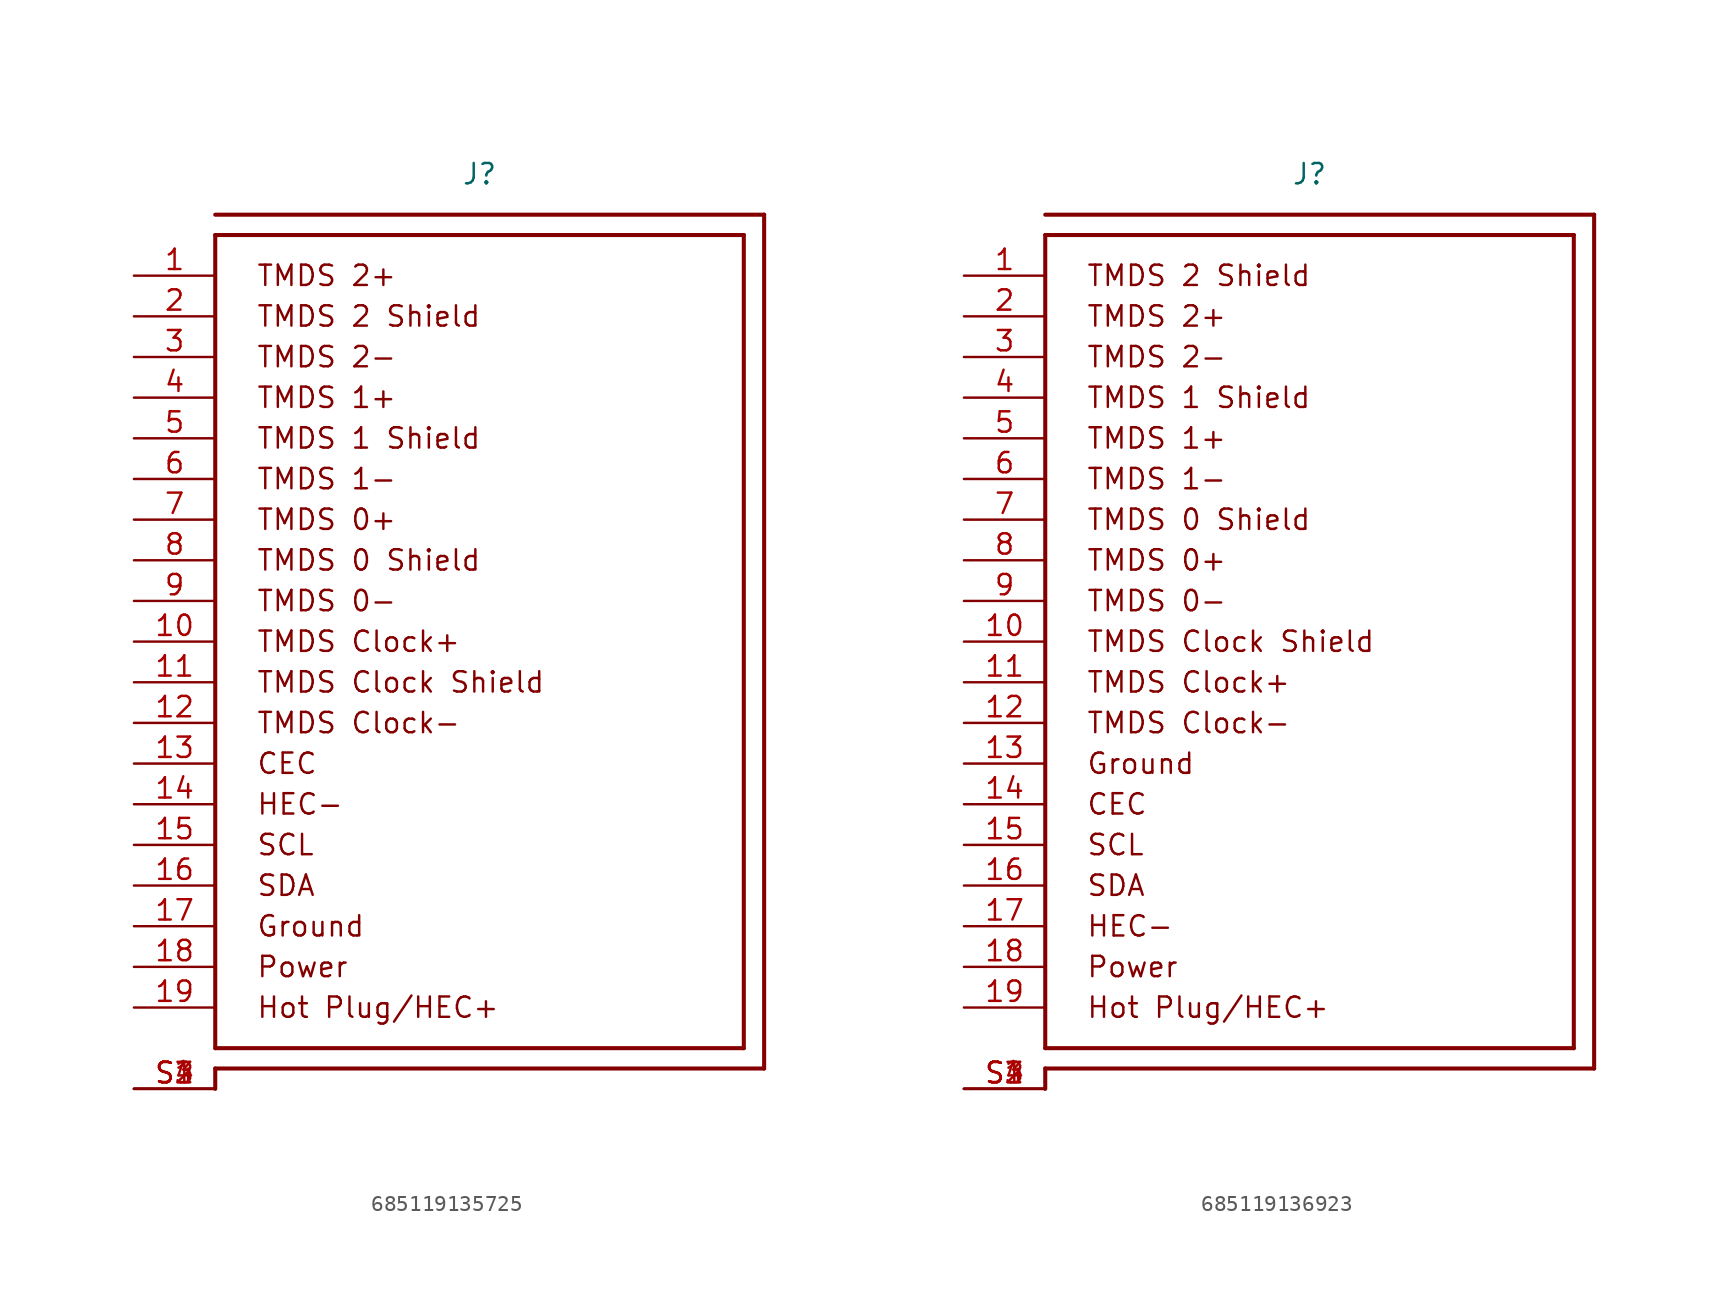
<source format=kicad_sym>
(kicad_symbol_lib
  (version 20241209)
  (generator "kicad_symbol_editor")
  (generator_version "9.0")
  (symbol "685119135725"
    (pin_names
      (hide yes))
    (property "Reference" "J"
      (at 0 29.21 0)
      (effects (font (size 1.27 1.27))))
    (symbol "685119135725_1_0"
      (polyline (pts (xy -16.51 26.67) (xy 17.78 26.67)) (stroke (width 0.254) (type solid)) (fill (type none)))
      (polyline (pts (xy -16.51 25.4) (xy -16.51 -25.4)) (stroke (width 0.254) (type solid)) (fill (type none)))
      (polyline (pts (xy -16.51 -25.4) (xy 16.51 -25.4)) (stroke (width 0.254) (type solid)) (fill (type none)))
      (polyline (pts (xy -16.51 -26.67) (xy -16.51 -27.94)) (stroke (width 0.254) (type solid)) (fill (type none)))
      (polyline (pts (xy 16.51 25.4) (xy -16.51 25.4)) (stroke (width 0.254) (type solid)) (fill (type none)))
      (polyline (pts (xy 16.51 -25.4) (xy 16.51 25.4)) (stroke (width 0.254) (type solid)) (fill (type none)))
      (polyline (pts (xy 17.78 26.67) (xy 17.78 -26.67)) (stroke (width 0.254) (type solid)) (fill (type none)))
      (polyline (pts (xy 17.78 -26.67) (xy -16.51 -26.67)) (stroke (width 0.254) (type solid)) (fill (type none)))
      (text "TMDS 2+" (at -13.97 22.86 0) (effects (font (size 1.27 1.27)) (justify left)))
      (text "TMDS 2 Shield" (at -13.97 20.32 0) (effects (font (size 1.27 1.27)) (justify left)))
      (text "TMDS 2-" (at -13.97 17.78 0) (effects (font (size 1.27 1.27)) (justify left)))
      (text "TMDS 1+" (at -13.97 15.24 0) (effects (font (size 1.27 1.27)) (justify left)))
      (text "TMDS 1 Shield" (at -13.97 12.7 0) (effects (font (size 1.27 1.27)) (justify left)))
      (text "TMDS 1-" (at -13.97 10.16 0) (effects (font (size 1.27 1.27)) (justify left)))
      (text "TMDS 0+" (at -13.97 7.62 0) (effects (font (size 1.27 1.27)) (justify left)))
      (text "TMDS 0 Shield" (at -13.97 5.08 0) (effects (font (size 1.27 1.27)) (justify left)))
      (text "TMDS 0-" (at -13.97 2.54 0) (effects (font (size 1.27 1.27)) (justify left)))
      (text "TMDS Clock+" (at -13.97 0 0) (effects (font (size 1.27 1.27)) (justify left)))
      (text "TMDS Clock Shield" (at -13.97 -2.54 0) (effects (font (size 1.27 1.27)) (justify left)))
      (text "TMDS Clock-" (at -13.97 -5.08 0) (effects (font (size 1.27 1.27)) (justify left)))
      (text "CEC" (at -13.97 -7.62 0) (effects (font (size 1.27 1.27)) (justify left)))
      (text "HEC-" (at -13.97 -10.16 0) (effects (font (size 1.27 1.27)) (justify left)))
      (text "SCL" (at -13.97 -12.7 0) (effects (font (size 1.27 1.27)) (justify left)))
      (text "SDA" (at -13.97 -15.24 0) (effects (font (size 1.27 1.27)) (justify left)))
      (text "Ground" (at -13.97 -17.78 0) (effects (font (size 1.27 1.27)) (justify left)))
      (text "Power" (at -13.97 -20.32 0) (effects (font (size 1.27 1.27)) (justify left)))
      (text "Hot Plug/HEC+" (at -13.97 -22.86 0) (effects (font (size 1.27 1.27)) (justify left)))
      (pin passive line (at -21.59 22.86 0) (length 5.08) (name "TMDS2+" (effects (font (size 1.27 1.27)))) (number "1" (effects (font (size 1.27 1.27)))))
      (pin passive line (at -21.59 20.32 0) (length 5.08) (name "TMDS2SHIELD" (effects (font (size 1.27 1.27)))) (number "2" (effects (font (size 1.27 1.27)))))
      (pin passive line (at -21.59 17.78 0) (length 5.08) (name "TMDS2-" (effects (font (size 1.27 1.27)))) (number "3" (effects (font (size 1.27 1.27)))))
      (pin passive line (at -21.59 15.24 0) (length 5.08) (name "TMDS1+" (effects (font (size 1.27 1.27)))) (number "4" (effects (font (size 1.27 1.27)))))
      (pin passive line (at -21.59 12.7 0) (length 5.08) (name "TMDS1SHIELD" (effects (font (size 1.27 1.27)))) (number "5" (effects (font (size 1.27 1.27)))))
      (pin passive line (at -21.59 10.16 0) (length 5.08) (name "TMDS1-" (effects (font (size 1.27 1.27)))) (number "6" (effects (font (size 1.27 1.27)))))
      (pin passive line (at -21.59 7.62 0) (length 5.08) (name "TMDS0+" (effects (font (size 1.27 1.27)))) (number "7" (effects (font (size 1.27 1.27)))))
      (pin passive line (at -21.59 5.08 0) (length 5.08) (name "TMDS0SHIELD" (effects (font (size 1.27 1.27)))) (number "8" (effects (font (size 1.27 1.27)))))
      (pin passive line (at -21.59 2.54 0) (length 5.08) (name "TMDS0-" (effects (font (size 1.27 1.27)))) (number "9" (effects (font (size 1.27 1.27)))))
      (pin passive line (at -21.59 0 0) (length 5.08) (name "TMDSCLOCK+" (effects (font (size 1.27 1.27)))) (number "10" (effects (font (size 1.27 1.27)))))
      (pin passive line (at -21.59 -2.54 0) (length 5.08) (name "TMDSCLOCKSHIELD" (effects (font (size 1.27 1.27)))) (number "11" (effects (font (size 1.27 1.27)))))
      (pin passive line (at -21.59 -5.08 0) (length 5.08) (name "TMDSCLOCK-" (effects (font (size 1.27 1.27)))) (number "12" (effects (font (size 1.27 1.27)))))
      (pin passive line (at -21.59 -7.62 0) (length 5.08) (name "CEC" (effects (font (size 1.27 1.27)))) (number "13" (effects (font (size 1.27 1.27)))))
      (pin passive line (at -21.59 -10.16 0) (length 5.08) (name "HEC-" (effects (font (size 1.27 1.27)))) (number "14" (effects (font (size 1.27 1.27)))))
      (pin passive line (at -21.59 -12.7 0) (length 5.08) (name "SCL" (effects (font (size 1.27 1.27)))) (number "15" (effects (font (size 1.27 1.27)))))
      (pin passive line (at -21.59 -15.24 0) (length 5.08) (name "SDA" (effects (font (size 1.27 1.27)))) (number "16" (effects (font (size 1.27 1.27)))))
      (pin passive line (at -21.59 -17.78 0) (length 5.08) (name "GROUND" (effects (font (size 1.27 1.27)))) (number "17" (effects (font (size 1.27 1.27)))))
      (pin power_in line (at -21.59 -20.32 0) (length 5.08) (name "POWER" (effects (font (size 1.27 1.27)))) (number "18" (effects (font (size 1.27 1.27)))))
      (pin passive line (at -21.59 -22.86 0) (length 5.08) (name "HOTPLUG/HEC+" (effects (font (size 1.27 1.27)))) (number "19" (effects (font (size 1.27 1.27)))))
      (pin passive line (at -21.59 -27.94 0) (length 5.08) (name "SHIELD" (effects (font (size 1.27 1.27)))) (number "S1" (effects (font (size 1.27 1.27)))))
      (pin passive line (at -21.59 -27.94 0) (length 5.08) (name "SHIELD" (effects (font (size 1.27 1.27)))) (number "S2" (effects (font (size 1.27 1.27)))))
      (pin passive line (at -21.59 -27.94 0) (length 5.08) (name "SHIELD" (effects (font (size 1.27 1.27)))) (number "S3" (effects (font (size 1.27 1.27)))))
      (pin passive line (at -21.59 -27.94 0) (length 5.08) (name "SHIELD" (effects (font (size 1.27 1.27)))) (number "S4" (effects (font (size 1.27 1.27)))))))
  (symbol "685119136923"
    (pin_names
      (hide yes))
    (property "Reference" "J"
      (at 0 29.21 0)
      (effects (font (size 1.27 1.27))))
    (symbol "685119136923_1_0"
      (polyline (pts (xy -16.51 26.67) (xy 17.78 26.67)) (stroke (width 0.254) (type solid)) (fill (type none)))
      (polyline (pts (xy -16.51 25.4) (xy -16.51 -25.4)) (stroke (width 0.254) (type solid)) (fill (type none)))
      (polyline (pts (xy -16.51 -25.4) (xy 16.51 -25.4)) (stroke (width 0.254) (type solid)) (fill (type none)))
      (polyline (pts (xy -16.51 -26.67) (xy -16.51 -27.94)) (stroke (width 0.254) (type solid)) (fill (type none)))
      (polyline (pts (xy 16.51 25.4) (xy -16.51 25.4)) (stroke (width 0.254) (type solid)) (fill (type none)))
      (polyline (pts (xy 16.51 -25.4) (xy 16.51 25.4)) (stroke (width 0.254) (type solid)) (fill (type none)))
      (polyline (pts (xy 17.78 26.67) (xy 17.78 -26.67)) (stroke (width 0.254) (type solid)) (fill (type none)))
      (polyline (pts (xy 17.78 -26.67) (xy -16.51 -26.67)) (stroke (width 0.254) (type solid)) (fill (type none)))
      (text "TMDS 2 Shield" (at -13.97 22.86 0) (effects (font (size 1.27 1.27)) (justify left)))
      (text "TMDS 2+" (at -13.97 20.32 0) (effects (font (size 1.27 1.27)) (justify left)))
      (text "TMDS 2-" (at -13.97 17.78 0) (effects (font (size 1.27 1.27)) (justify left)))
      (text "TMDS 1 Shield" (at -13.97 15.24 0) (effects (font (size 1.27 1.27)) (justify left)))
      (text "TMDS 1+" (at -13.97 12.7 0) (effects (font (size 1.27 1.27)) (justify left)))
      (text "TMDS 1-" (at -13.97 10.16 0) (effects (font (size 1.27 1.27)) (justify left)))
      (text "TMDS 0 Shield" (at -13.97 7.62 0) (effects (font (size 1.27 1.27)) (justify left)))
      (text "TMDS 0+" (at -13.97 5.08 0) (effects (font (size 1.27 1.27)) (justify left)))
      (text "TMDS 0-" (at -13.97 2.54 0) (effects (font (size 1.27 1.27)) (justify left)))
      (text "TMDS Clock Shield" (at -13.97 0 0) (effects (font (size 1.27 1.27)) (justify left)))
      (text "TMDS Clock+" (at -13.97 -2.54 0) (effects (font (size 1.27 1.27)) (justify left)))
      (text "TMDS Clock-" (at -13.97 -5.08 0) (effects (font (size 1.27 1.27)) (justify left)))
      (text "Ground" (at -13.97 -7.62 0) (effects (font (size 1.27 1.27)) (justify left)))
      (text "CEC" (at -13.97 -10.16 0) (effects (font (size 1.27 1.27)) (justify left)))
      (text "SCL" (at -13.97 -12.7 0) (effects (font (size 1.27 1.27)) (justify left)))
      (text "SDA" (at -13.97 -15.24 0) (effects (font (size 1.27 1.27)) (justify left)))
      (text "HEC-" (at -13.97 -17.78 0) (effects (font (size 1.27 1.27)) (justify left)))
      (text "Power" (at -13.97 -20.32 0) (effects (font (size 1.27 1.27)) (justify left)))
      (text "Hot Plug/HEC+" (at -13.97 -22.86 0) (effects (font (size 1.27 1.27)) (justify left)))
      (pin passive line (at -21.59 22.86 0) (length 5.08) (name "TMDS2SHIELD" (effects (font (size 1.27 1.27)))) (number "1" (effects (font (size 1.27 1.27)))))
      (pin passive line (at -21.59 20.32 0) (length 5.08) (name "TMDS2+" (effects (font (size 1.27 1.27)))) (number "2" (effects (font (size 1.27 1.27)))))
      (pin passive line (at -21.59 17.78 0) (length 5.08) (name "TMDS2-" (effects (font (size 1.27 1.27)))) (number "3" (effects (font (size 1.27 1.27)))))
      (pin passive line (at -21.59 15.24 0) (length 5.08) (name "TMDS1SHIELD" (effects (font (size 1.27 1.27)))) (number "4" (effects (font (size 1.27 1.27)))))
      (pin passive line (at -21.59 12.7 0) (length 5.08) (name "TMDSDATA1+" (effects (font (size 1.27 1.27)))) (number "5" (effects (font (size 1.27 1.27)))))
      (pin passive line (at -21.59 10.16 0) (length 5.08) (name "TMDS1-" (effects (font (size 1.27 1.27)))) (number "6" (effects (font (size 1.27 1.27)))))
      (pin passive line (at -21.59 7.62 0) (length 5.08) (name "TMDS0SHIELD" (effects (font (size 1.27 1.27)))) (number "7" (effects (font (size 1.27 1.27)))))
      (pin passive line (at -21.59 5.08 0) (length 5.08) (name "TMDS0+" (effects (font (size 1.27 1.27)))) (number "8" (effects (font (size 1.27 1.27)))))
      (pin passive line (at -21.59 2.54 0) (length 5.08) (name "TMDS0-" (effects (font (size 1.27 1.27)))) (number "9" (effects (font (size 1.27 1.27)))))
      (pin passive line (at -21.59 0 0) (length 5.08) (name "TMDSCLOCKSHIELD" (effects (font (size 1.27 1.27)))) (number "10" (effects (font (size 1.27 1.27)))))
      (pin passive line (at -21.59 -2.54 0) (length 5.08) (name "TMDSCLOCK+" (effects (font (size 1.27 1.27)))) (number "11" (effects (font (size 1.27 1.27)))))
      (pin passive line (at -21.59 -5.08 0) (length 5.08) (name "TMDSCLOCK-" (effects (font (size 1.27 1.27)))) (number "12" (effects (font (size 1.27 1.27)))))
      (pin passive line (at -21.59 -7.62 0) (length 5.08) (name "GROUND" (effects (font (size 1.27 1.27)))) (number "13" (effects (font (size 1.27 1.27)))))
      (pin passive line (at -21.59 -10.16 0) (length 5.08) (name "CEC" (effects (font (size 1.27 1.27)))) (number "14" (effects (font (size 1.27 1.27)))))
      (pin passive line (at -21.59 -12.7 0) (length 5.08) (name "SCL" (effects (font (size 1.27 1.27)))) (number "15" (effects (font (size 1.27 1.27)))))
      (pin passive line (at -21.59 -15.24 0) (length 5.08) (name "SDA" (effects (font (size 1.27 1.27)))) (number "16" (effects (font (size 1.27 1.27)))))
      (pin passive line (at -21.59 -17.78 0) (length 5.08) (name "UTILITY/HEAC+" (effects (font (size 1.27 1.27)))) (number "17" (effects (font (size 1.27 1.27)))))
      (pin power_in line (at -21.59 -20.32 0) (length 5.08) (name "POWER" (effects (font (size 1.27 1.27)))) (number "18" (effects (font (size 1.27 1.27)))))
      (pin passive line (at -21.59 -22.86 0) (length 5.08) (name "HOTPLUG/HEC+" (effects (font (size 1.27 1.27)))) (number "19" (effects (font (size 1.27 1.27)))))
      (pin passive line (at -21.59 -27.94 0) (length 5.08) (name "SHIELD" (effects (font (size 1.27 1.27)))) (number "S1" (effects (font (size 1.27 1.27)))))
      (pin passive line (at -21.59 -27.94 0) (length 5.08) (name "SHIELD" (effects (font (size 1.27 1.27)))) (number "S2" (effects (font (size 1.27 1.27)))))
      (pin passive line (at -21.59 -27.94 0) (length 5.08) (name "SHIELD" (effects (font (size 1.27 1.27)))) (number "S3" (effects (font (size 1.27 1.27)))))
      (pin passive line (at -21.59 -27.94 0) (length 5.08) (name "SHIELD" (effects (font (size 1.27 1.27)))) (number "S4" (effects (font (size 1.27 1.27))))))))
</source>
